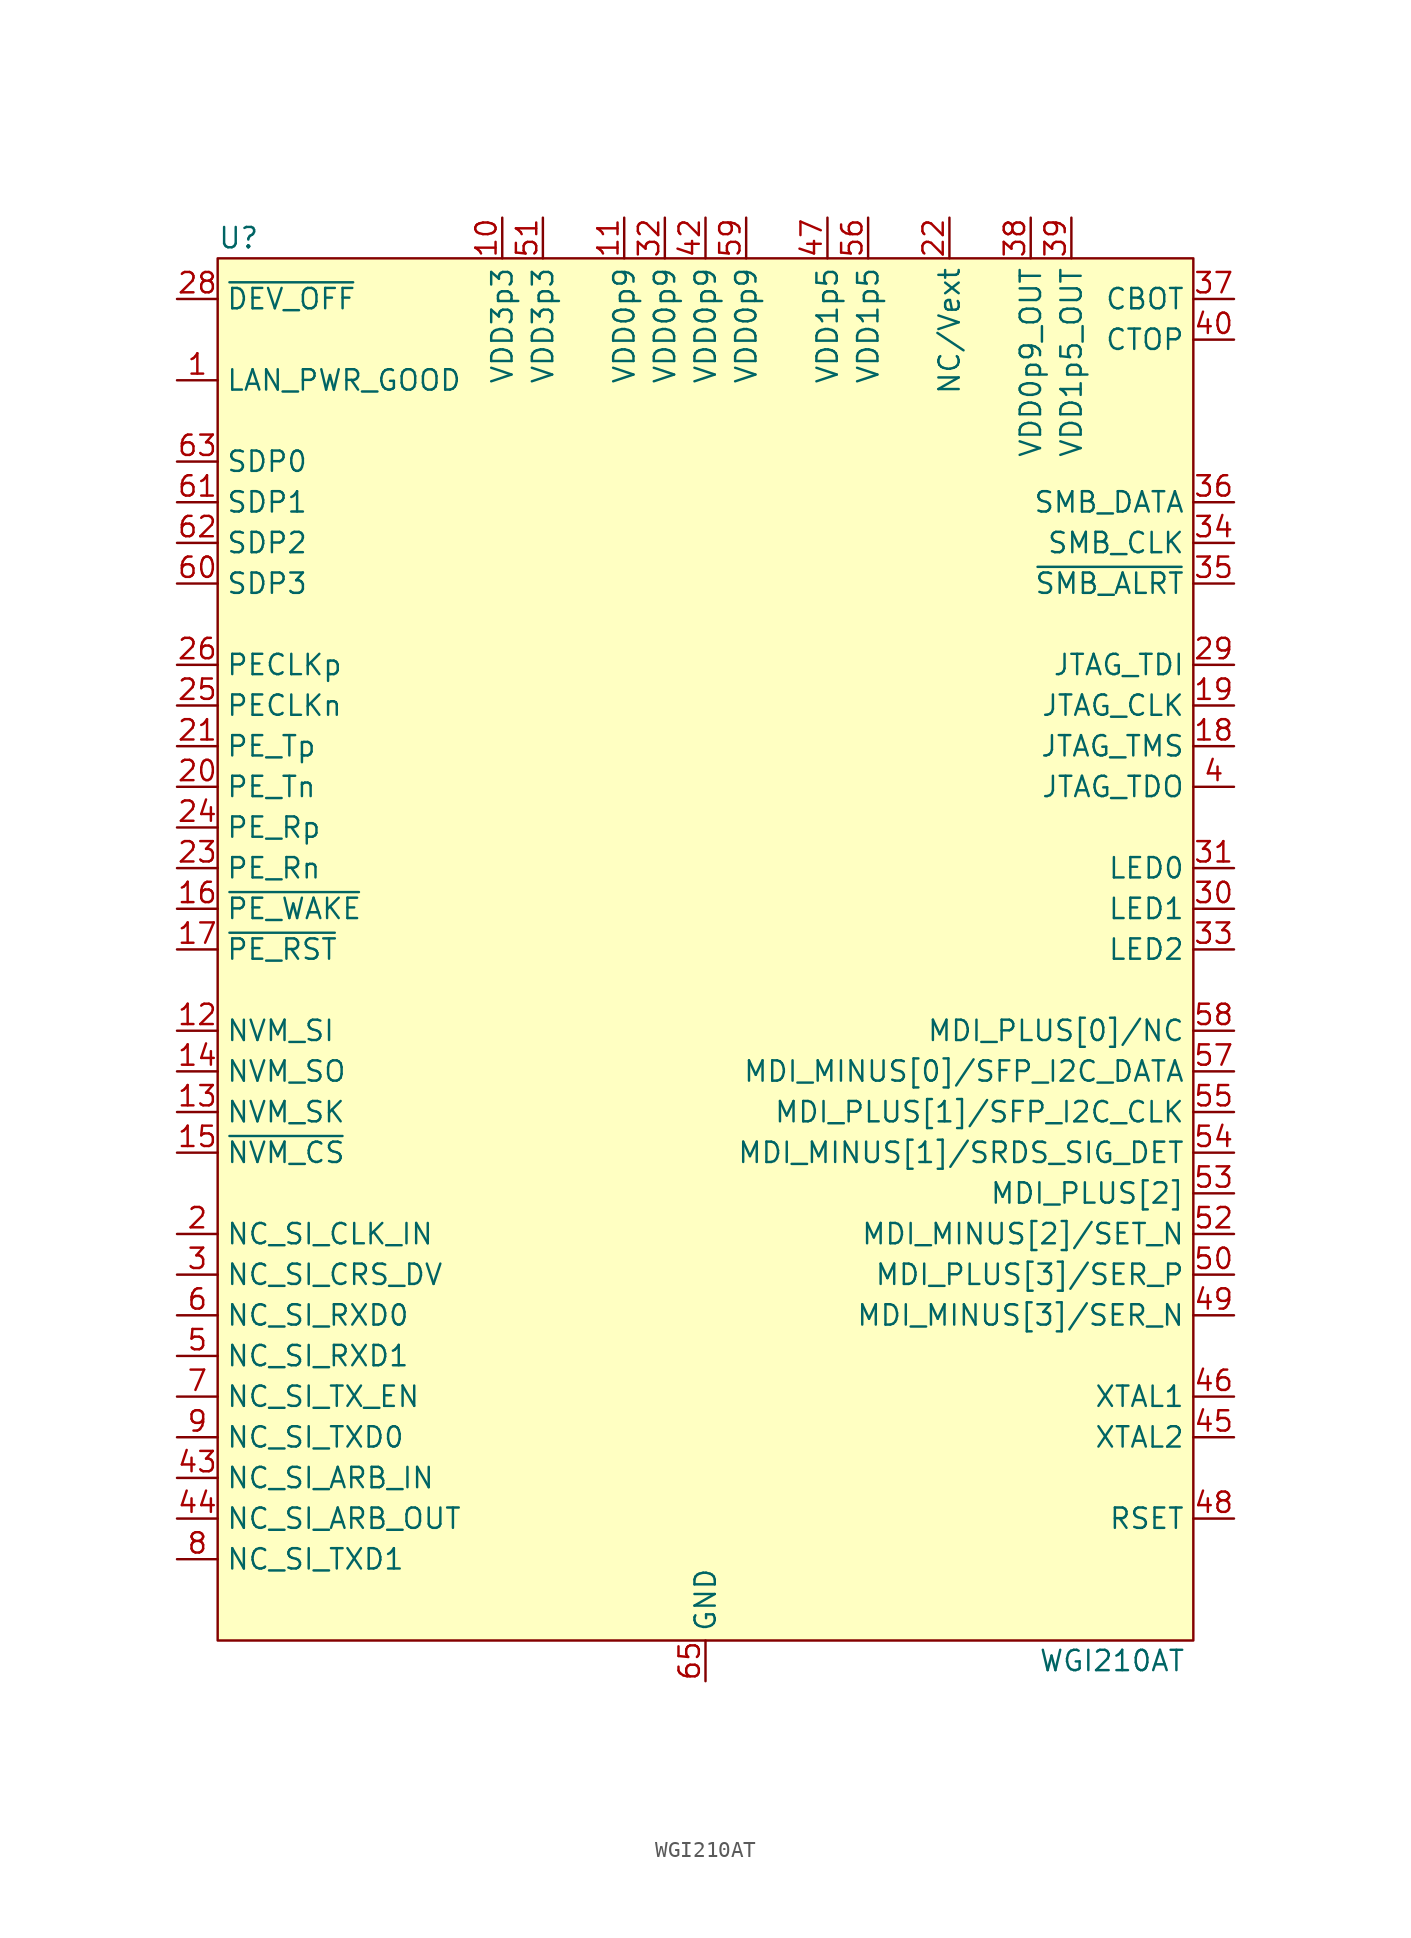
<source format=kicad_sym>
(kicad_symbol_lib
  (version 20241209)
  (generator "kicad_symbol_editor")
  (generator_version "9.0")
  (symbol "WGI210AT"
    (property "Reference" "U"
      (at -30.48 44.45 0)
      (effects (font (size 1.27 1.27)) (justify left)))
    (property "Value" "WGI210AT"
      (at 25.4 -44.45 0)
      (effects (font (size 1.27 1.27))))
    (symbol "WGI210AT_0_1"
      (rectangle (start -30.48 43.18) (end 30.48 -43.18) (stroke (width 0) (type default)) (fill (type background)))
      (pin input line (at -33.02 40.64 0) (length 2.54) (name "~{DEV_OFF}" (effects (font (size 1.27 1.27)))) (number "28" (effects (font (size 1.27 1.27)))))
      (pin input line (at -33.02 35.56 0) (length 2.54) (name "LAN_PWR_GOOD" (effects (font (size 1.27 1.27)))) (number "1" (effects (font (size 1.27 1.27)))))
      (pin bidirectional line (at -33.02 30.48 0) (length 2.54) (name "SDP0" (effects (font (size 1.27 1.27)))) (number "63" (effects (font (size 1.27 1.27)))))
      (pin bidirectional line (at -33.02 27.94 0) (length 2.54) (name "SDP1" (effects (font (size 1.27 1.27)))) (number "61" (effects (font (size 1.27 1.27)))))
      (pin bidirectional line (at -33.02 25.4 0) (length 2.54) (name "SDP2" (effects (font (size 1.27 1.27)))) (number "62" (effects (font (size 1.27 1.27)))))
      (pin bidirectional line (at -33.02 22.86 0) (length 2.54) (name "SDP3" (effects (font (size 1.27 1.27)))) (number "60" (effects (font (size 1.27 1.27)))))
      (pin input line (at -33.02 17.78 0) (length 2.54) (name "PECLKp" (effects (font (size 1.27 1.27)))) (number "26" (effects (font (size 1.27 1.27)))))
      (pin input line (at -33.02 15.24 0) (length 2.54) (name "PECLKn" (effects (font (size 1.27 1.27)))) (number "25" (effects (font (size 1.27 1.27)))))
      (pin output line (at -33.02 12.7 0) (length 2.54) (name "PE_Tp" (effects (font (size 1.27 1.27)))) (number "21" (effects (font (size 1.27 1.27)))))
      (pin output line (at -33.02 10.16 0) (length 2.54) (name "PE_Tn" (effects (font (size 1.27 1.27)))) (number "20" (effects (font (size 1.27 1.27)))))
      (pin input line (at -33.02 7.62 0) (length 2.54) (name "PE_Rp" (effects (font (size 1.27 1.27)))) (number "24" (effects (font (size 1.27 1.27)))))
      (pin input line (at -33.02 5.08 0) (length 2.54) (name "PE_Rn" (effects (font (size 1.27 1.27)))) (number "23" (effects (font (size 1.27 1.27)))))
      (pin bidirectional line (at -33.02 2.54 0) (length 2.54) (name "~{PE_WAKE}" (effects (font (size 1.27 1.27)))) (number "16" (effects (font (size 1.27 1.27)))))
      (pin input line (at -33.02 0 0) (length 2.54) (name "~{PE_RST}" (effects (font (size 1.27 1.27)))) (number "17" (effects (font (size 1.27 1.27)))))
      (pin output line (at -33.02 -5.08 0) (length 2.54) (name "NVM_SI" (effects (font (size 1.27 1.27)))) (number "12" (effects (font (size 1.27 1.27)))))
      (pin input line (at -33.02 -7.62 0) (length 2.54) (name "NVM_SO" (effects (font (size 1.27 1.27)))) (number "14" (effects (font (size 1.27 1.27)))))
      (pin output line (at -33.02 -10.16 0) (length 2.54) (name "NVM_SK" (effects (font (size 1.27 1.27)))) (number "13" (effects (font (size 1.27 1.27)))))
      (pin output line (at -33.02 -12.7 0) (length 2.54) (name "~{NVM_CS}" (effects (font (size 1.27 1.27)))) (number "15" (effects (font (size 1.27 1.27)))))
      (pin input line (at -33.02 -17.78 0) (length 2.54) (name "NC_SI_CLK_IN" (effects (font (size 1.27 1.27)))) (number "2" (effects (font (size 1.27 1.27)))))
      (pin output line (at -33.02 -20.32 0) (length 2.54) (name "NC_SI_CRS_DV" (effects (font (size 1.27 1.27)))) (number "3" (effects (font (size 1.27 1.27)))))
      (pin output line (at -33.02 -22.86 0) (length 2.54) (name "NC_SI_RXD0" (effects (font (size 1.27 1.27)))) (number "6" (effects (font (size 1.27 1.27)))))
      (pin output line (at -33.02 -25.4 0) (length 2.54) (name "NC_SI_RXD1" (effects (font (size 1.27 1.27)))) (number "5" (effects (font (size 1.27 1.27)))))
      (pin input line (at -33.02 -27.94 0) (length 2.54) (name "NC_SI_TX_EN" (effects (font (size 1.27 1.27)))) (number "7" (effects (font (size 1.27 1.27)))))
      (pin input line (at -33.02 -30.48 0) (length 2.54) (name "NC_SI_TXD0" (effects (font (size 1.27 1.27)))) (number "9" (effects (font (size 1.27 1.27)))))
      (pin input line (at -33.02 -33.02 0) (length 2.54) (name "NC_SI_ARB_IN" (effects (font (size 1.27 1.27)))) (number "43" (effects (font (size 1.27 1.27)))))
      (pin output line (at -33.02 -35.56 0) (length 2.54) (name "NC_SI_ARB_OUT" (effects (font (size 1.27 1.27)))) (number "44" (effects (font (size 1.27 1.27)))))
      (pin input line (at -33.02 -38.1 0) (length 2.54) (name "NC_SI_TXD1" (effects (font (size 1.27 1.27)))) (number "8" (effects (font (size 1.27 1.27)))))
      (pin power_in line (at -12.7 45.72 270) (length 2.54) (name "VDD3p3" (effects (font (size 1.27 1.27)))) (number "10" (effects (font (size 1.27 1.27)))))
      (pin passive line (at -12.7 45.72 270) (length 2.54) (hide yes) (name "VDD3p3" (effects (font (size 1.27 1.27)))) (number "27" (effects (font (size 1.27 1.27)))))
      (pin passive line (at -12.7 45.72 270) (length 2.54) (hide yes) (name "VDD3p3" (effects (font (size 1.27 1.27)))) (number "41" (effects (font (size 1.27 1.27)))))
      (pin passive line (at -12.7 45.72 270) (length 2.54) (hide yes) (name "VDD3p3" (effects (font (size 1.27 1.27)))) (number "64" (effects (font (size 1.27 1.27)))))
      (pin power_in line (at -10.16 45.72 270) (length 2.54) (name "VDD3p3" (effects (font (size 1.27 1.27)))) (number "51" (effects (font (size 1.27 1.27)))))
      (pin power_in line (at -5.08 45.72 270) (length 2.54) (name "VDD0p9" (effects (font (size 1.27 1.27)))) (number "11" (effects (font (size 1.27 1.27)))))
      (pin power_in line (at -2.54 45.72 270) (length 2.54) (name "VDD0p9" (effects (font (size 1.27 1.27)))) (number "32" (effects (font (size 1.27 1.27)))))
      (pin power_in line (at 0 45.72 270) (length 2.54) (name "VDD0p9" (effects (font (size 1.27 1.27)))) (number "42" (effects (font (size 1.27 1.27)))))
      (pin power_in line (at 0 -45.72 90) (length 2.54) (name "GND" (effects (font (size 1.27 1.27)))) (number "65" (effects (font (size 1.27 1.27)))))
      (pin power_in line (at 2.54 45.72 270) (length 2.54) (name "VDD0p9" (effects (font (size 1.27 1.27)))) (number "59" (effects (font (size 1.27 1.27)))))
      (pin power_in line (at 7.62 45.72 270) (length 2.54) (name "VDD1p5" (effects (font (size 1.27 1.27)))) (number "47" (effects (font (size 1.27 1.27)))))
      (pin power_in line (at 10.16 45.72 270) (length 2.54) (name "VDD1p5" (effects (font (size 1.27 1.27)))) (number "56" (effects (font (size 1.27 1.27)))))
      (pin power_in line (at 15.24 45.72 270) (length 2.54) (name "NC/Vext" (effects (font (size 1.27 1.27)))) (number "22" (effects (font (size 1.27 1.27)))))
      (pin power_out line (at 20.32 45.72 270) (length 2.54) (name "VDD0p9_OUT" (effects (font (size 1.27 1.27)))) (number "38" (effects (font (size 1.27 1.27)))))
      (pin power_out line (at 22.86 45.72 270) (length 2.54) (name "VDD1p5_OUT" (effects (font (size 1.27 1.27)))) (number "39" (effects (font (size 1.27 1.27)))))
      (pin passive line (at 33.02 40.64 180) (length 2.54) (name "CBOT" (effects (font (size 1.27 1.27)))) (number "37" (effects (font (size 1.27 1.27)))))
      (pin passive line (at 33.02 38.1 180) (length 2.54) (name "CTOP" (effects (font (size 1.27 1.27)))) (number "40" (effects (font (size 1.27 1.27)))))
      (pin bidirectional line (at 33.02 27.94 180) (length 2.54) (name "SMB_DATA" (effects (font (size 1.27 1.27)))) (number "36" (effects (font (size 1.27 1.27)))))
      (pin bidirectional line (at 33.02 25.4 180) (length 2.54) (name "SMB_CLK" (effects (font (size 1.27 1.27)))) (number "34" (effects (font (size 1.27 1.27)))))
      (pin output line (at 33.02 22.86 180) (length 2.54) (name "~{SMB_ALRT}" (effects (font (size 1.27 1.27)))) (number "35" (effects (font (size 1.27 1.27)))))
      (pin input line (at 33.02 17.78 180) (length 2.54) (name "JTAG_TDI" (effects (font (size 1.27 1.27)))) (number "29" (effects (font (size 1.27 1.27)))))
      (pin input line (at 33.02 15.24 180) (length 2.54) (name "JTAG_CLK" (effects (font (size 1.27 1.27)))) (number "19" (effects (font (size 1.27 1.27)))))
      (pin input line (at 33.02 12.7 180) (length 2.54) (name "JTAG_TMS" (effects (font (size 1.27 1.27)))) (number "18" (effects (font (size 1.27 1.27)))))
      (pin output line (at 33.02 10.16 180) (length 2.54) (name "JTAG_TDO" (effects (font (size 1.27 1.27)))) (number "4" (effects (font (size 1.27 1.27)))))
      (pin output line (at 33.02 5.08 180) (length 2.54) (name "LED0" (effects (font (size 1.27 1.27)))) (number "31" (effects (font (size 1.27 1.27)))))
      (pin output line (at 33.02 2.54 180) (length 2.54) (name "LED1" (effects (font (size 1.27 1.27)))) (number "30" (effects (font (size 1.27 1.27)))))
      (pin output line (at 33.02 0 180) (length 2.54) (name "LED2" (effects (font (size 1.27 1.27)))) (number "33" (effects (font (size 1.27 1.27)))))
      (pin bidirectional line (at 33.02 -5.08 180) (length 2.54) (name "MDI_PLUS[0]/NC" (effects (font (size 1.27 1.27)))) (number "58" (effects (font (size 1.27 1.27)))))
      (pin bidirectional line (at 33.02 -7.62 180) (length 2.54) (name "MDI_MINUS[0]/SFP_I2C_DATA" (effects (font (size 1.27 1.27)))) (number "57" (effects (font (size 1.27 1.27)))))
      (pin bidirectional line (at 33.02 -10.16 180) (length 2.54) (name "MDI_PLUS[1]/SFP_I2C_CLK" (effects (font (size 1.27 1.27)))) (number "55" (effects (font (size 1.27 1.27)))))
      (pin bidirectional line (at 33.02 -12.7 180) (length 2.54) (name "MDI_MINUS[1]/SRDS_SIG_DET" (effects (font (size 1.27 1.27)))) (number "54" (effects (font (size 1.27 1.27)))))
      (pin bidirectional line (at 33.02 -15.24 180) (length 2.54) (name "MDI_PLUS[2]" (effects (font (size 1.27 1.27)))) (number "53" (effects (font (size 1.27 1.27)))))
      (pin bidirectional line (at 33.02 -17.78 180) (length 2.54) (name "MDI_MINUS[2]/SET_N" (effects (font (size 1.27 1.27)))) (number "52" (effects (font (size 1.27 1.27)))))
      (pin bidirectional line (at 33.02 -20.32 180) (length 2.54) (name "MDI_PLUS[3]/SER_P" (effects (font (size 1.27 1.27)))) (number "50" (effects (font (size 1.27 1.27)))))
      (pin bidirectional line (at 33.02 -22.86 180) (length 2.54) (name "MDI_MINUS[3]/SER_N" (effects (font (size 1.27 1.27)))) (number "49" (effects (font (size 1.27 1.27)))))
      (pin input line (at 33.02 -27.94 180) (length 2.54) (name "XTAL1" (effects (font (size 1.27 1.27)))) (number "46" (effects (font (size 1.27 1.27)))))
      (pin output line (at 33.02 -30.48 180) (length 2.54) (name "XTAL2" (effects (font (size 1.27 1.27)))) (number "45" (effects (font (size 1.27 1.27)))))
      (pin passive line (at 33.02 -35.56 180) (length 2.54) (name "RSET" (effects (font (size 1.27 1.27)))) (number "48" (effects (font (size 1.27 1.27))))))))
</source>
